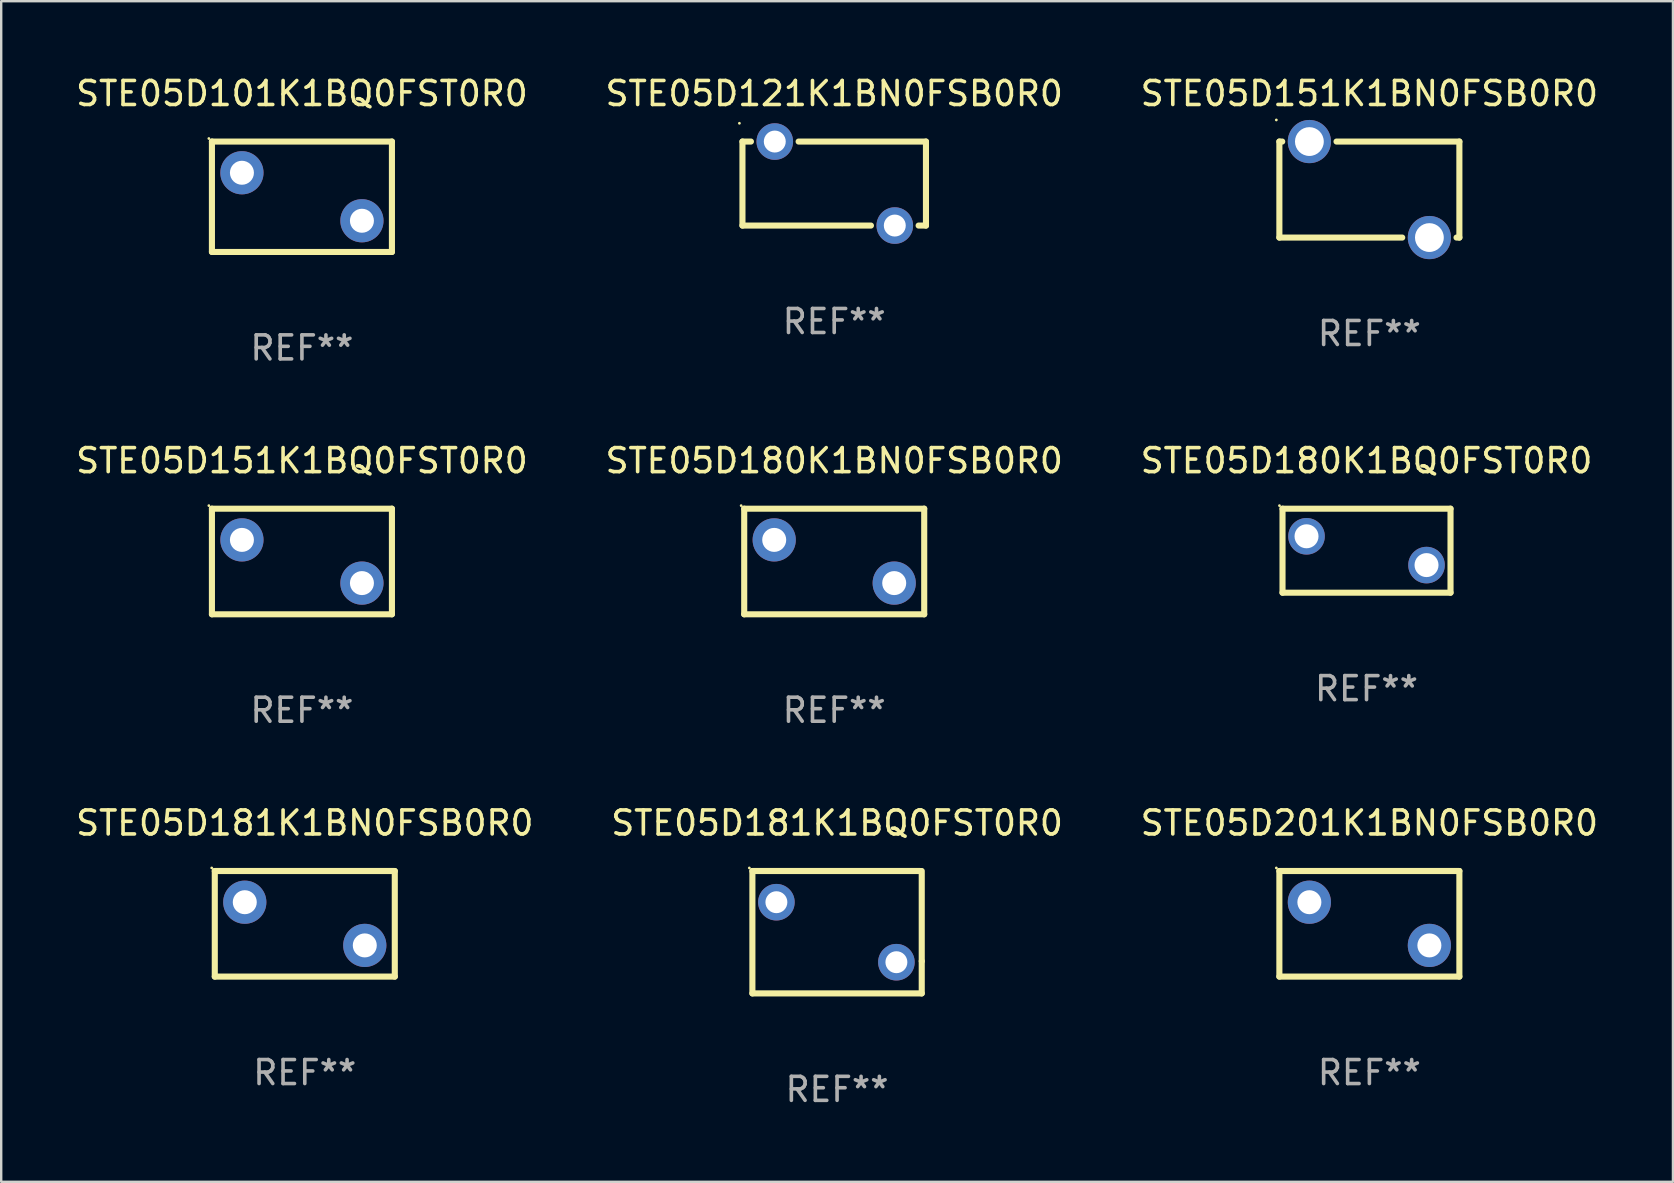
<source format=kicad_pcb>
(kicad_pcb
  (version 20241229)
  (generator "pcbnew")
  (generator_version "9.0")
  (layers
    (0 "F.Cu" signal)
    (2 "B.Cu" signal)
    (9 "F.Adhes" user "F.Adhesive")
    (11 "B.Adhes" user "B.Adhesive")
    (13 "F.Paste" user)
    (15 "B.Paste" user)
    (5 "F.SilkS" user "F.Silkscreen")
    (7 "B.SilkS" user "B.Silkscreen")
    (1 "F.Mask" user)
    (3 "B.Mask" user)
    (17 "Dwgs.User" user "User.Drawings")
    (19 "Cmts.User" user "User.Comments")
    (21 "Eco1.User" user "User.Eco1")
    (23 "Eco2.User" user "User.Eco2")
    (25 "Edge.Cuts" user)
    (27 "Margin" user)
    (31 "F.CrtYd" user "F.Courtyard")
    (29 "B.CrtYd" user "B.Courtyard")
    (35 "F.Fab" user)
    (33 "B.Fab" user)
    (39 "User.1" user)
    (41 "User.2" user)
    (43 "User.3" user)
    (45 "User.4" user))
  (footprint "STE05D121K1BN0FSB0R0"
    (layer "F.Cu")
    (at 31.708 4.598)
    (property "Reference" "STE05D121K1BN0FSB0R0" (at 0 -3.75 0) (layer "F.SilkS") (effects (font (size 1 1) (thickness 0.15))))
    (attr through_hole)
    (fp_line (start -3.823 -1.75) (end -3.47 -1.75) (stroke (width 0.254) (type solid)) (layer "F.SilkS"))
    (fp_line (start -3.823 1.75) (end -3.823 -1.75) (stroke (width 0.254) (type solid)) (layer "F.SilkS"))
    (fp_line (start -3.823 1.75) (end 1.53 1.75) (stroke (width 0.254) (type solid)) (layer "F.SilkS"))
    (fp_line (start -1.483 -1.75) (end 3.823 -1.75) (stroke (width 0.254) (type solid)) (layer "F.SilkS"))
    (fp_line (start 3.517 1.75) (end 3.823 1.75) (stroke (width 0.254) (type solid)) (layer "F.SilkS"))
    (fp_line (start 3.823 -1.75) (end 3.823 1.75) (stroke (width 0.254) (type solid)) (layer "F.SilkS"))
    (fp_circle (center -3.95 -2.512) (end -3.92 -2.512) (stroke (width 0.06) (type solid)) (fill no) (layer "F.SilkS"))
    (fp_text user "REF**" (at 0 5.75 0) (layer "F.Fab") (effects (font (size 1 1) (thickness 0.15))))
    (pad "1" thru_hole circle (at -2.476 -1.75) (size 1.524 1.524) (drill 0.914) (layers "*.Cu" "*.Mask"))
    (pad "2" thru_hole circle (at 2.524 1.75) (size 1.524 1.524) (drill 0.914) (layers "*.Cu" "*.Mask")))
  (footprint "STE05D201K1BN0FSB0R0"
    (layer "F.Cu")
    (at 54.006 35.441)
    (property "Reference" "STE05D201K1BN0FSB0R0" (at 0 -4.2 0) (layer "F.SilkS") (effects (font (size 1 1) (thickness 0.15))))
    (attr through_hole)
    (fp_line (start -3.75 -2.2) (end 3.75 -2.2) (stroke (width 0.254) (type solid)) (layer "F.SilkS"))
    (fp_line (start -3.75 2.2) (end -3.75 -2.2) (stroke (width 0.254) (type solid)) (layer "F.SilkS"))
    (fp_line (start 3.75 -2.2) (end 3.75 2.2) (stroke (width 0.254) (type solid)) (layer "F.SilkS"))
    (fp_line (start 3.75 2.2) (end -3.75 2.2) (stroke (width 0.254) (type solid)) (layer "F.SilkS"))
    (fp_circle (center -3.877 -2.327) (end -3.847 -2.327) (stroke (width 0.06) (type solid)) (fill no) (layer "F.SilkS"))
    (fp_text user "REF**" (at 0 6.2 0) (layer "F.Fab") (effects (font (size 1 1) (thickness 0.15))))
    (pad "1" thru_hole circle (at -2.5 -0.9) (size 1.8 1.8) (drill 1) (layers "*.Cu" "*.Mask"))
    (pad "2" thru_hole circle (at 2.5 0.9) (size 1.8 1.8) (drill 1) (layers "*.Cu" "*.Mask")))
  (footprint "STE05D180K1BN0FSB0R0"
    (layer "F.Cu")
    (at 31.708 20.345)
    (property "Reference" "STE05D180K1BN0FSB0R0" (at 0 -4.2 0) (layer "F.SilkS") (effects (font (size 1 1) (thickness 0.15))))
    (attr through_hole)
    (fp_line (start -3.75 -2.2) (end 3.75 -2.2) (stroke (width 0.254) (type solid)) (layer "F.SilkS"))
    (fp_line (start -3.75 2.2) (end -3.75 -2.2) (stroke (width 0.254) (type solid)) (layer "F.SilkS"))
    (fp_line (start 3.75 -2.2) (end 3.75 2.2) (stroke (width 0.254) (type solid)) (layer "F.SilkS"))
    (fp_line (start 3.75 2.2) (end -3.75 2.2) (stroke (width 0.254) (type solid)) (layer "F.SilkS"))
    (fp_circle (center -3.877 -2.327) (end -3.847 -2.327) (stroke (width 0.06) (type solid)) (fill no) (layer "F.SilkS"))
    (fp_text user "REF**" (at 0 6.2 0) (layer "F.Fab") (effects (font (size 1 1) (thickness 0.15))))
    (pad "1" thru_hole circle (at -2.5 -0.9) (size 1.8 1.8) (drill 1) (layers "*.Cu" "*.Mask"))
    (pad "2" thru_hole circle (at 2.5 0.9) (size 1.8 1.8) (drill 1) (layers "*.Cu" "*.Mask")))
  (footprint "STE05D151K1BN0FSB0R0"
    (layer "F.Cu")
    (at 54.006 4.848)
    (property "Reference" "STE05D151K1BN0FSB0R0" (at 0 -4 0) (layer "F.SilkS") (effects (font (size 1 1) (thickness 0.15))))
    (attr through_hole)
    (fp_line (start -3.75 -2) (end -3.631 -2) (stroke (width 0.254) (type solid)) (layer "F.SilkS"))
    (fp_line (start -3.75 2) (end -3.75 -2) (stroke (width 0.254) (type solid)) (layer "F.SilkS"))
    (fp_line (start -1.369 -2) (end 3.75 -2) (stroke (width 0.254) (type solid)) (layer "F.SilkS"))
    (fp_line (start 1.369 2) (end -3.75 2) (stroke (width 0.254) (type solid)) (layer "F.SilkS"))
    (fp_line (start 3.75 -2) (end 3.75 2) (stroke (width 0.254) (type solid)) (layer "F.SilkS"))
    (fp_line (start 3.75 2) (end 3.631 2) (stroke (width 0.254) (type solid)) (layer "F.SilkS"))
    (fp_circle (center -3.877 -2.9) (end -3.847 -2.9) (stroke (width 0.06) (type solid)) (fill no) (layer "F.SilkS"))
    (fp_text user "REF**" (at 0 6 0) (layer "F.Fab") (effects (font (size 1 1) (thickness 0.15))))
    (pad "1" thru_hole circle (at -2.5 -2) (size 1.8 1.8) (drill 1.2) (layers "*.Cu" "*.Mask"))
    (pad "2" thru_hole circle (at 2.5 2) (size 1.8 1.8) (drill 1.2) (layers "*.Cu" "*.Mask")))
  (footprint "STE05D181K1BQ0FST0R0"
    (layer "F.Cu")
    (at 31.827 35.791)
    (property "Reference" "STE05D181K1BQ0FST0R0" (at 0 -4.55 0) (layer "F.SilkS") (effects (font (size 1 1) (thickness 0.15))))
    (attr through_hole)
    (fp_line (start -3.528 2.55) (end 3.528 2.55) (stroke (width 0.254) (type solid)) (layer "F.SilkS"))
    (fp_line (start -3.528 -2.55) (end -3.528 2.55) (stroke (width 0.254) (type solid)) (layer "F.SilkS"))
    (fp_line (start -3.528 -2.55) (end 3.472 -2.55) (stroke (width 0.254) (type solid)) (layer "F.SilkS"))
    (fp_line (start 3.528 1.207) (end 3.528 -2.55) (stroke (width 0.254) (type solid)) (layer "F.SilkS"))
    (fp_line (start 3.528 2.55) (end 3.528 1.207) (stroke (width 0.254) (type solid)) (layer "F.SilkS"))
    (fp_circle (center -3.655 -2.677) (end -3.625 -2.677) (stroke (width 0.06) (type solid)) (fill no) (layer "F.SilkS"))
    (fp_text user "REF**" (at 0 6.55 0) (layer "F.Fab") (effects (font (size 1 1) (thickness 0.15))))
    (pad "1" thru_hole circle (at -2.528 -1.25) (size 1.524 1.524) (drill 0.914) (layers "*.Cu" "*.Mask"))
    (pad "2" thru_hole circle (at 2.472 1.25) (size 1.524 1.524) (drill 0.914) (layers "*.Cu" "*.Mask")))
  (footprint "STE05D101K1BQ0FST0R0"
    (layer "F.Cu")
    (at 9.53 5.148)
    (property "Reference" "STE05D101K1BQ0FST0R0" (at 0 -4.3 0) (layer "F.SilkS") (effects (font (size 1 1) (thickness 0.15))))
    (attr through_hole)
    (fp_line (start -3.75 -2.3) (end 3.75 -2.3) (stroke (width 0.254) (type solid)) (layer "F.SilkS"))
    (fp_line (start -3.75 2.3) (end -3.75 -2.3) (stroke (width 0.254) (type solid)) (layer "F.SilkS"))
    (fp_line (start 3.75 -2.3) (end 3.75 2.3) (stroke (width 0.254) (type solid)) (layer "F.SilkS"))
    (fp_line (start 3.75 2.3) (end -3.75 2.3) (stroke (width 0.254) (type solid)) (layer "F.SilkS"))
    (fp_circle (center -3.877 -2.427) (end -3.847 -2.427) (stroke (width 0.06) (type solid)) (fill no) (layer "F.SilkS"))
    (fp_text user "REF**" (at 0 6.3 0) (layer "F.Fab") (effects (font (size 1 1) (thickness 0.15))))
    (pad "1" thru_hole circle (at -2.5 -1) (size 1.8 1.8) (drill 1) (layers "*.Cu" "*.Mask"))
    (pad "2" thru_hole circle (at 2.5 1) (size 1.8 1.8) (drill 1) (layers "*.Cu" "*.Mask")))
  (footprint "STE05D181K1BN0FSB0R0"
    (layer "F.Cu")
    (at 9.649 35.441)
    (property "Reference" "STE05D181K1BN0FSB0R0" (at 0 -4.2 0) (layer "F.SilkS") (effects (font (size 1 1) (thickness 0.15))))
    (attr through_hole)
    (fp_line (start -3.75 -2.2) (end 3.75 -2.2) (stroke (width 0.254) (type solid)) (layer "F.SilkS"))
    (fp_line (start -3.75 2.2) (end -3.75 -2.2) (stroke (width 0.254) (type solid)) (layer "F.SilkS"))
    (fp_line (start 3.75 -2.2) (end 3.75 2.2) (stroke (width 0.254) (type solid)) (layer "F.SilkS"))
    (fp_line (start 3.75 2.2) (end -3.75 2.2) (stroke (width 0.254) (type solid)) (layer "F.SilkS"))
    (fp_circle (center -3.877 -2.327) (end -3.847 -2.327) (stroke (width 0.06) (type solid)) (fill no) (layer "F.SilkS"))
    (fp_text user "REF**" (at 0 6.2 0) (layer "F.Fab") (effects (font (size 1 1) (thickness 0.15))))
    (pad "1" thru_hole circle (at -2.5 -0.9) (size 1.8 1.8) (drill 1) (layers "*.Cu" "*.Mask"))
    (pad "2" thru_hole circle (at 2.5 0.9) (size 1.8 1.8) (drill 1) (layers "*.Cu" "*.Mask")))
  (footprint "STE05D180K1BQ0FST0R0"
    (layer "F.Cu")
    (at 53.887 19.895)
    (property "Reference" "STE05D180K1BQ0FST0R0" (at 0 -3.75 0) (layer "F.SilkS") (effects (font (size 1 1) (thickness 0.15))))
    (attr through_hole)
    (fp_line (start -3.5 -1.75) (end 3.5 -1.75) (stroke (width 0.254) (type solid)) (layer "F.SilkS"))
    (fp_line (start -3.5 1.75) (end -3.5 -1.75) (stroke (width 0.254) (type solid)) (layer "F.SilkS"))
    (fp_line (start -3.5 1.75) (end 3.5 1.75) (stroke (width 0.254) (type solid)) (layer "F.SilkS"))
    (fp_line (start 3.5 -1.75) (end 3.5 1.75) (stroke (width 0.254) (type solid)) (layer "F.SilkS"))
    (fp_circle (center -3.627 -1.877) (end -3.597 -1.877) (stroke (width 0.06) (type solid)) (fill no) (layer "F.SilkS"))
    (fp_text user "REF**" (at 0 5.75 0) (layer "F.Fab") (effects (font (size 1 1) (thickness 0.15))))
    (pad "1" thru_hole circle (at -2.5 -0.6) (size 1.524 1.524) (drill 1) (layers "*.Cu" "*.Mask"))
    (pad "2" thru_hole circle (at 2.5 0.6) (size 1.524 1.524) (drill 1) (layers "*.Cu" "*.Mask")))
  (footprint "STE05D151K1BQ0FST0R0"
    (layer "F.Cu")
    (at 9.53 20.345)
    (property "Reference" "STE05D151K1BQ0FST0R0" (at 0 -4.2 0) (layer "F.SilkS") (effects (font (size 1 1) (thickness 0.15))))
    (attr through_hole)
    (fp_line (start -3.75 -2.2) (end 3.75 -2.2) (stroke (width 0.254) (type solid)) (layer "F.SilkS"))
    (fp_line (start -3.75 2.2) (end -3.75 -2.2) (stroke (width 0.254) (type solid)) (layer "F.SilkS"))
    (fp_line (start 3.75 -2.2) (end 3.75 2.2) (stroke (width 0.254) (type solid)) (layer "F.SilkS"))
    (fp_line (start 3.75 2.2) (end -3.75 2.2) (stroke (width 0.254) (type solid)) (layer "F.SilkS"))
    (fp_circle (center -3.877 -2.327) (end -3.847 -2.327) (stroke (width 0.06) (type solid)) (fill no) (layer "F.SilkS"))
    (fp_text user "REF**" (at 0 6.2 0) (layer "F.Fab") (effects (font (size 1 1) (thickness 0.15))))
    (pad "1" thru_hole circle (at -2.5 -0.9) (size 1.8 1.8) (drill 1) (layers "*.Cu" "*.Mask"))
    (pad "2" thru_hole circle (at 2.5 0.9) (size 1.8 1.8) (drill 1) (layers "*.Cu" "*.Mask")))
  (gr_rect
    (start -3 -3)
    (end 66.655 46.19)
    (stroke (width 0.1) (type default))
    (fill no)
    (layer "Edge.Cuts")))
</source>
